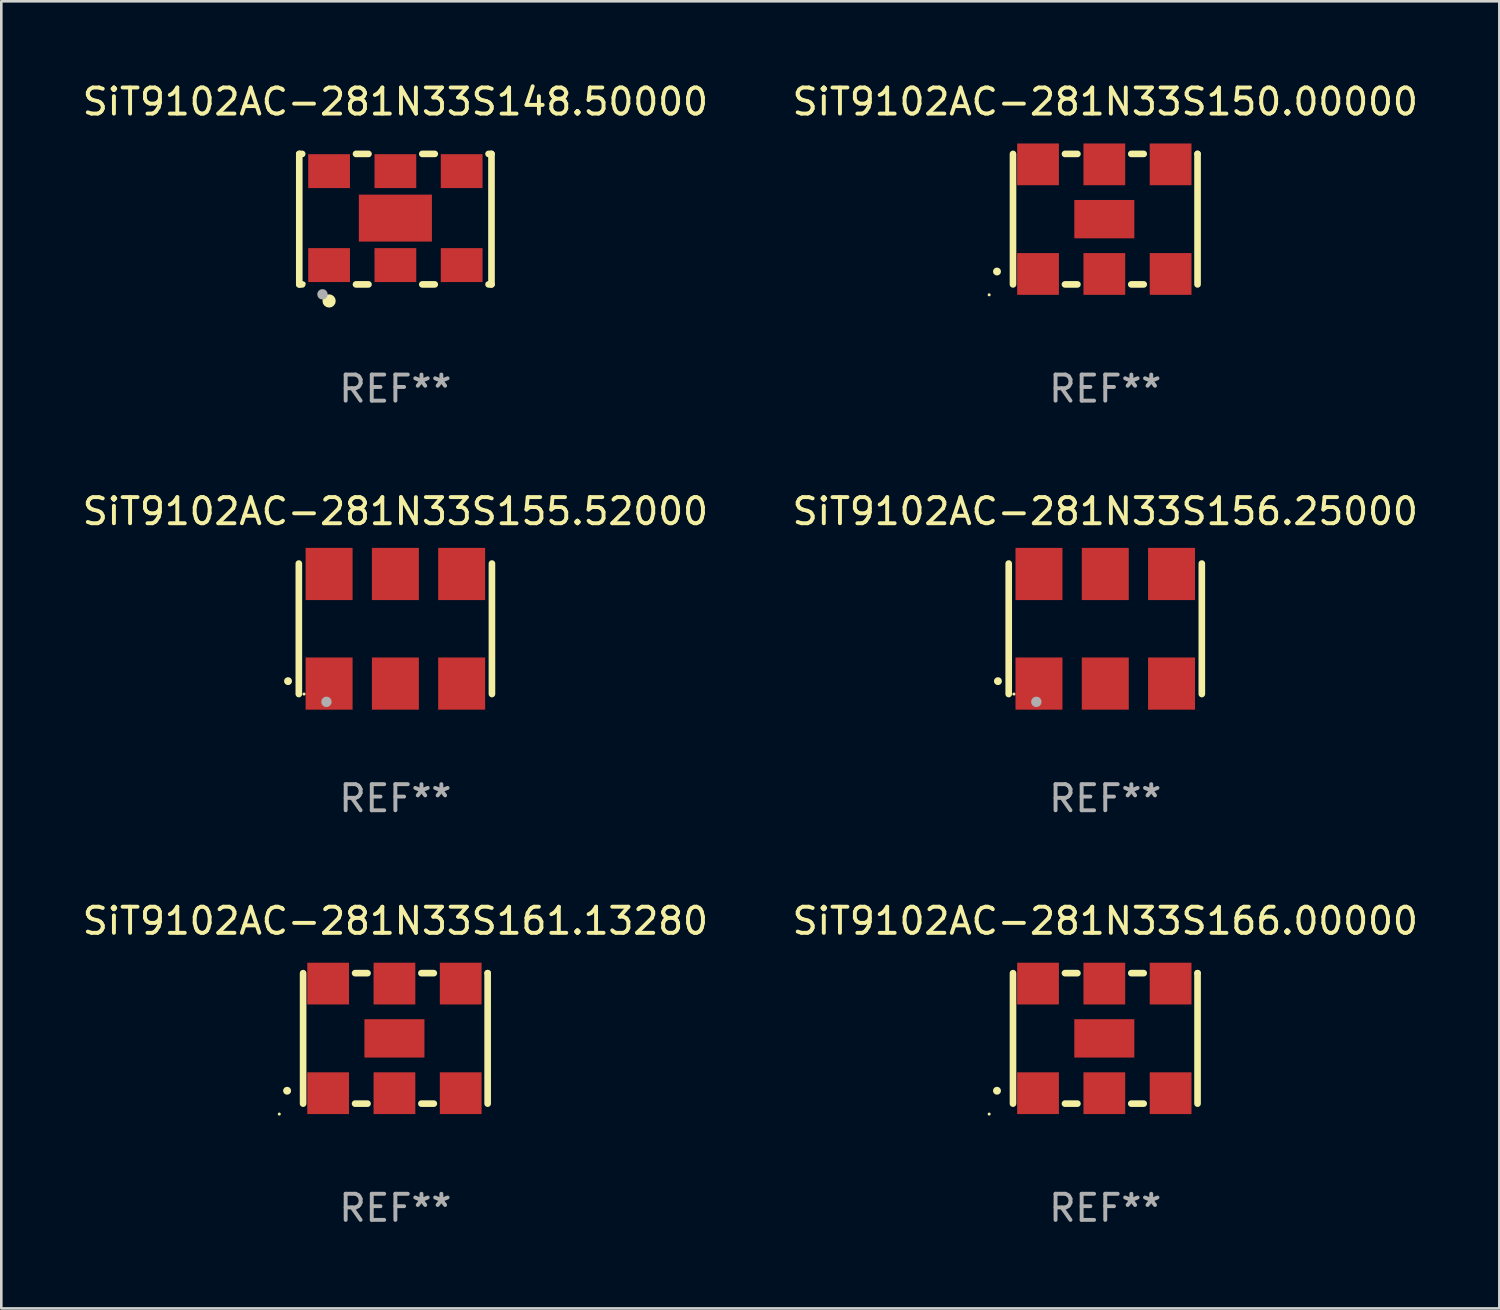
<source format=kicad_pcb>
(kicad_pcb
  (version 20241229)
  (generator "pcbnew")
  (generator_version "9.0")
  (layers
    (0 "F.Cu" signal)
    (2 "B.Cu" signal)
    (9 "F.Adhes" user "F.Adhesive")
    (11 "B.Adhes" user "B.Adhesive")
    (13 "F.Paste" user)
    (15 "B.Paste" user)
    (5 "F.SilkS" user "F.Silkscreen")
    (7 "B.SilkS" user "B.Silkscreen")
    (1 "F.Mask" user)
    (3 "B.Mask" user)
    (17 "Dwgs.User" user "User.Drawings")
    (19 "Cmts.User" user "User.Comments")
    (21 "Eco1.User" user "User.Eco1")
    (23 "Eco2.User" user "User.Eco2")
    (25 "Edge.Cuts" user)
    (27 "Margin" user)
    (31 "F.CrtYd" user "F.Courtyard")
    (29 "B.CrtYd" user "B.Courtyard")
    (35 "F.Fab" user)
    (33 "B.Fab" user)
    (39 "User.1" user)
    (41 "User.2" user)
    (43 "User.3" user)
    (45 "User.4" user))
  (footprint "SiT9102AC-281N33S150.00000"
    (layer "F.Cu")
    (at 39.304 5.348)
    (property "Reference" "SiT9102AC-281N33S150.00000" (at 0 -4.5 0) (layer "F.SilkS") (effects (font (size 1 1) (thickness 0.15))))
    (attr through_hole)
    (fp_line (start -3.536 -2.5) (end -3.536 2.5) (stroke (width 0.254) (type solid)) (layer "F.SilkS"))
    (fp_line (start -1.544 2.5) (end -1.067 2.5) (stroke (width 0.254) (type solid)) (layer "F.SilkS"))
    (fp_line (start -1.067 -2.5) (end -1.544 -2.5) (stroke (width 0.254) (type solid)) (layer "F.SilkS"))
    (fp_line (start 0.996 2.5) (end 1.473 2.5) (stroke (width 0.254) (type solid)) (layer "F.SilkS"))
    (fp_line (start 1.473 -2.5) (end 0.996 -2.5) (stroke (width 0.254) (type solid)) (layer "F.SilkS"))
    (fp_line (start 3.536 -2.5) (end 3.536 -2.5) (stroke (width 0.254) (type solid)) (layer "F.SilkS"))
    (fp_line (start 3.536 2.5) (end 3.536 -2.5) (stroke (width 0.254) (type solid)) (layer "F.SilkS"))
    (fp_arc (start -4.150432 2.006604) (mid -4.149162 2.006599) (end -4.147892 2.006604) (stroke (width 0.3) (type solid)) (layer "F.SilkS"))
    (fp_circle (center -4.449 2.9) (end -4.419 2.9) (stroke (width 0.06) (type solid)) (fill no) (layer "F.SilkS"))
    (fp_text user "REF**" (at 0 6.5 0) (layer "F.Fab") (effects (font (size 1 1) (thickness 0.15))))
    (pad "1" smd rect (at -2.576 2.1) (size 1.6 1.6) (layers "F.Cu" "F.Mask" "F.Paste"))
    (pad "2" smd rect (at -0.036 2.1) (size 1.6 1.6) (layers "F.Cu" "F.Mask" "F.Paste"))
    (pad "3" smd rect (at 2.504 2.1) (size 1.6 1.6) (layers "F.Cu" "F.Mask" "F.Paste"))
    (pad "4" smd rect (at 2.504 -2.1) (size 1.6 1.6) (layers "F.Cu" "F.Mask" "F.Paste"))
    (pad "5" smd rect (at -0.036 -2.1) (size 1.6 1.6) (layers "F.Cu" "F.Mask" "F.Paste"))
    (pad "6" smd rect (at -2.576 -2.1) (size 1.6 1.6) (layers "F.Cu" "F.Mask" "F.Paste"))
    (pad "7" smd rect (at -0.036 0) (size 2.3 1.47) (layers "F.Cu" "F.Mask" "F.Paste")))
  (footprint "SiT9102AC-281N33S156.25000"
    (layer "F.Cu")
    (at 39.304 21.045)
    (property "Reference" "SiT9102AC-281N33S156.25000" (at 0 -4.5 0) (layer "F.SilkS") (effects (font (size 1 1) (thickness 0.15))))
    (attr through_hole)
    (fp_line (start -3.7 -2.5) (end -3.7 2.5) (stroke (width 0.254) (type solid)) (layer "F.SilkS"))
    (fp_line (start 3.7 -2.5) (end 3.7 2.5) (stroke (width 0.254) (type solid)) (layer "F.SilkS"))
    (fp_arc (start -4.114415 2.006604) (mid -4.113145 2.006599) (end -4.111875 2.006604) (stroke (width 0.3) (type solid)) (layer "F.SilkS"))
    (fp_circle (center -3.5 2.501) (end -3.47 2.501) (stroke (width 0.06) (type solid)) (fill no) (layer "F.SilkS"))
    (fp_circle (center -2.641 2.799) (end -2.541 2.799) (stroke (width 0.2) (type solid)) (fill no) (layer "F.Fab"))
    (fp_text user "REF**" (at 0 6.5 0) (layer "F.Fab") (effects (font (size 1 1) (thickness 0.15))))
    (pad "1" smd rect (at -2.54 2.1) (size 1.8 2) (layers "F.Cu" "F.Mask" "F.Paste"))
    (pad "2" smd rect (at 0.000394 2.1) (size 1.8 2) (layers "F.Cu" "F.Mask" "F.Paste"))
    (pad "3" smd rect (at 2.54 2.1) (size 1.8 2) (layers "F.Cu" "F.Mask" "F.Paste"))
    (pad "4" smd rect (at 2.54 -2.1) (size 1.8 2) (layers "F.Cu" "F.Mask" "F.Paste"))
    (pad "5" smd rect (at 0.000394 -2.1) (size 1.8 2) (layers "F.Cu" "F.Mask" "F.Paste"))
    (pad "6" smd rect (at -2.54 -2.1) (size 1.8 2) (layers "F.Cu" "F.Mask" "F.Paste")))
  (footprint "SiT9102AC-281N33S166.00000"
    (layer "F.Cu")
    (at 39.304 36.741)
    (property "Reference" "SiT9102AC-281N33S166.00000" (at 0 -4.5 0) (layer "F.SilkS") (effects (font (size 1 1) (thickness 0.15))))
    (attr through_hole)
    (fp_line (start -3.536 -2.5) (end -3.536 2.5) (stroke (width 0.254) (type solid)) (layer "F.SilkS"))
    (fp_line (start -1.544 2.5) (end -1.067 2.5) (stroke (width 0.254) (type solid)) (layer "F.SilkS"))
    (fp_line (start -1.067 -2.5) (end -1.544 -2.5) (stroke (width 0.254) (type solid)) (layer "F.SilkS"))
    (fp_line (start 0.996 2.5) (end 1.473 2.5) (stroke (width 0.254) (type solid)) (layer "F.SilkS"))
    (fp_line (start 1.473 -2.5) (end 0.996 -2.5) (stroke (width 0.254) (type solid)) (layer "F.SilkS"))
    (fp_line (start 3.536 -2.5) (end 3.536 -2.5) (stroke (width 0.254) (type solid)) (layer "F.SilkS"))
    (fp_line (start 3.536 2.5) (end 3.536 -2.5) (stroke (width 0.254) (type solid)) (layer "F.SilkS"))
    (fp_arc (start -4.150432 2.006604) (mid -4.149162 2.006599) (end -4.147892 2.006604) (stroke (width 0.3) (type solid)) (layer "F.SilkS"))
    (fp_circle (center -4.449 2.9) (end -4.419 2.9) (stroke (width 0.06) (type solid)) (fill no) (layer "F.SilkS"))
    (fp_text user "REF**" (at 0 6.5 0) (layer "F.Fab") (effects (font (size 1 1) (thickness 0.15))))
    (pad "1" smd rect (at -2.576 2.1) (size 1.6 1.6) (layers "F.Cu" "F.Mask" "F.Paste"))
    (pad "2" smd rect (at -0.036 2.1) (size 1.6 1.6) (layers "F.Cu" "F.Mask" "F.Paste"))
    (pad "3" smd rect (at 2.504 2.1) (size 1.6 1.6) (layers "F.Cu" "F.Mask" "F.Paste"))
    (pad "4" smd rect (at 2.504 -2.1) (size 1.6 1.6) (layers "F.Cu" "F.Mask" "F.Paste"))
    (pad "5" smd rect (at -0.036 -2.1) (size 1.6 1.6) (layers "F.Cu" "F.Mask" "F.Paste"))
    (pad "6" smd rect (at -2.576 -2.1) (size 1.6 1.6) (layers "F.Cu" "F.Mask" "F.Paste"))
    (pad "7" smd rect (at -0.036 0) (size 2.3 1.47) (layers "F.Cu" "F.Mask" "F.Paste")))
  (footprint "SiT9102AC-281N33S148.50000"
    (layer "F.Cu")
    (at 12.101 5.348)
    (property "Reference" "SiT9102AC-281N33S148.50000" (at 0 -4.5 0) (layer "F.SilkS") (effects (font (size 1 1) (thickness 0.15))))
    (attr through_hole)
    (fp_line (start -3.683 -2.5) (end -3.571 -2.5) (stroke (width 0.254) (type solid)) (layer "F.SilkS"))
    (fp_line (start -3.683 2.5) (end -3.683 -2.5) (stroke (width 0.254) (type solid)) (layer "F.SilkS"))
    (fp_line (start -3.683 2.5) (end -3.571 2.5) (stroke (width 0.254) (type solid)) (layer "F.SilkS"))
    (fp_line (start -1.509 -2.5) (end -1.031 -2.5) (stroke (width 0.254) (type solid)) (layer "F.SilkS"))
    (fp_line (start -1.509 2.5) (end -1.031 2.5) (stroke (width 0.254) (type solid)) (layer "F.SilkS"))
    (fp_line (start 1.031 -2.5) (end 1.509 -2.5) (stroke (width 0.254) (type solid)) (layer "F.SilkS"))
    (fp_line (start 1.031 2.5) (end 1.509 2.5) (stroke (width 0.254) (type solid)) (layer "F.SilkS"))
    (fp_line (start 3.571 -2.5) (end 3.683 -2.5) (stroke (width 0.254) (type solid)) (layer "F.SilkS"))
    (fp_line (start 3.571 2.5) (end 3.683 2.5) (stroke (width 0.254) (type solid)) (layer "F.SilkS"))
    (fp_line (start 3.683 2.5) (end 3.683 -2.5) (stroke (width 0.254) (type solid)) (layer "F.SilkS"))
    (fp_circle (center -3.5 2.46) (end -3.47 2.46) (stroke (width 0.06) (type solid)) (fill no) (layer "F.SilkS"))
    (fp_circle (center -2.54 3.135) (end -2.413 3.135) (stroke (width 0.254) (type solid)) (fill no) (layer "F.SilkS"))
    (fp_circle (center -2.794 2.881) (end -2.694 2.881) (stroke (width 0.2) (type solid)) (fill no) (layer "F.Fab"))
    (fp_text user "REF**" (at 0 6.5 0) (layer "F.Fab") (effects (font (size 1 1) (thickness 0.15))))
    (pad "1" smd rect (at -2.54 1.76) (size 1.6 1.3) (layers "F.Cu" "F.Mask" "F.Paste"))
    (pad "2" smd rect (at 0 1.76) (size 1.6 1.3) (layers "F.Cu" "F.Mask" "F.Paste"))
    (pad "3" smd rect (at 2.54 1.76) (size 1.6 1.3) (layers "F.Cu" "F.Mask" "F.Paste"))
    (pad "4" smd rect (at 2.54 -1.84) (size 1.6 1.3) (layers "F.Cu" "F.Mask" "F.Paste"))
    (pad "5" smd rect (at 0 -1.84) (size 1.6 1.3) (layers "F.Cu" "F.Mask" "F.Paste"))
    (pad "6" smd rect (at -2.54 -1.84) (size 1.6 1.3) (layers "F.Cu" "F.Mask" "F.Paste"))
    (pad "7" smd rect (at 0 -0.04) (size 2.8 1.8) (layers "F.Cu" "F.Mask" "F.Paste")))
  (footprint "SiT9102AC-281N33S161.13280"
    (layer "F.Cu")
    (at 12.101 36.741)
    (property "Reference" "SiT9102AC-281N33S161.13280" (at 0 -4.5 0) (layer "F.SilkS") (effects (font (size 1 1) (thickness 0.15))))
    (attr through_hole)
    (fp_line (start -3.536 -2.5) (end -3.536 2.5) (stroke (width 0.254) (type solid)) (layer "F.SilkS"))
    (fp_line (start -1.544 2.5) (end -1.067 2.5) (stroke (width 0.254) (type solid)) (layer "F.SilkS"))
    (fp_line (start -1.067 -2.5) (end -1.544 -2.5) (stroke (width 0.254) (type solid)) (layer "F.SilkS"))
    (fp_line (start 0.996 2.5) (end 1.473 2.5) (stroke (width 0.254) (type solid)) (layer "F.SilkS"))
    (fp_line (start 1.473 -2.5) (end 0.996 -2.5) (stroke (width 0.254) (type solid)) (layer "F.SilkS"))
    (fp_line (start 3.536 -2.5) (end 3.536 -2.5) (stroke (width 0.254) (type solid)) (layer "F.SilkS"))
    (fp_line (start 3.536 2.5) (end 3.536 -2.5) (stroke (width 0.254) (type solid)) (layer "F.SilkS"))
    (fp_arc (start -4.150432 2.006604) (mid -4.149162 2.006599) (end -4.147892 2.006604) (stroke (width 0.3) (type solid)) (layer "F.SilkS"))
    (fp_circle (center -4.449 2.9) (end -4.419 2.9) (stroke (width 0.06) (type solid)) (fill no) (layer "F.SilkS"))
    (fp_text user "REF**" (at 0 6.5 0) (layer "F.Fab") (effects (font (size 1 1) (thickness 0.15))))
    (pad "1" smd rect (at -2.576 2.1) (size 1.6 1.6) (layers "F.Cu" "F.Mask" "F.Paste"))
    (pad "2" smd rect (at -0.036 2.1) (size 1.6 1.6) (layers "F.Cu" "F.Mask" "F.Paste"))
    (pad "3" smd rect (at 2.504 2.1) (size 1.6 1.6) (layers "F.Cu" "F.Mask" "F.Paste"))
    (pad "4" smd rect (at 2.504 -2.1) (size 1.6 1.6) (layers "F.Cu" "F.Mask" "F.Paste"))
    (pad "5" smd rect (at -0.036 -2.1) (size 1.6 1.6) (layers "F.Cu" "F.Mask" "F.Paste"))
    (pad "6" smd rect (at -2.576 -2.1) (size 1.6 1.6) (layers "F.Cu" "F.Mask" "F.Paste"))
    (pad "7" smd rect (at -0.036 0) (size 2.3 1.47) (layers "F.Cu" "F.Mask" "F.Paste")))
  (footprint "SiT9102AC-281N33S155.52000"
    (layer "F.Cu")
    (at 12.101 21.045)
    (property "Reference" "SiT9102AC-281N33S155.52000" (at 0 -4.5 0) (layer "F.SilkS") (effects (font (size 1 1) (thickness 0.15))))
    (attr through_hole)
    (fp_line (start -3.7 -2.5) (end -3.7 2.5) (stroke (width 0.254) (type solid)) (layer "F.SilkS"))
    (fp_line (start 3.7 -2.5) (end 3.7 2.5) (stroke (width 0.254) (type solid)) (layer "F.SilkS"))
    (fp_arc (start -4.114415 2.006604) (mid -4.113145 2.006599) (end -4.111875 2.006604) (stroke (width 0.3) (type solid)) (layer "F.SilkS"))
    (fp_circle (center -3.5 2.501) (end -3.47 2.501) (stroke (width 0.06) (type solid)) (fill no) (layer "F.SilkS"))
    (fp_circle (center -2.641 2.799) (end -2.541 2.799) (stroke (width 0.2) (type solid)) (fill no) (layer "F.Fab"))
    (fp_text user "REF**" (at 0 6.5 0) (layer "F.Fab") (effects (font (size 1 1) (thickness 0.15))))
    (pad "1" smd rect (at -2.54 2.1) (size 1.8 2) (layers "F.Cu" "F.Mask" "F.Paste"))
    (pad "2" smd rect (at 0.000394 2.1) (size 1.8 2) (layers "F.Cu" "F.Mask" "F.Paste"))
    (pad "3" smd rect (at 2.54 2.1) (size 1.8 2) (layers "F.Cu" "F.Mask" "F.Paste"))
    (pad "4" smd rect (at 2.54 -2.1) (size 1.8 2) (layers "F.Cu" "F.Mask" "F.Paste"))
    (pad "5" smd rect (at 0.000394 -2.1) (size 1.8 2) (layers "F.Cu" "F.Mask" "F.Paste"))
    (pad "6" smd rect (at -2.54 -2.1) (size 1.8 2) (layers "F.Cu" "F.Mask" "F.Paste")))
  (gr_rect
    (start -3 -3)
    (end 54.405 47.09)
    (stroke (width 0.1) (type default))
    (fill no)
    (layer "Edge.Cuts")))
</source>
